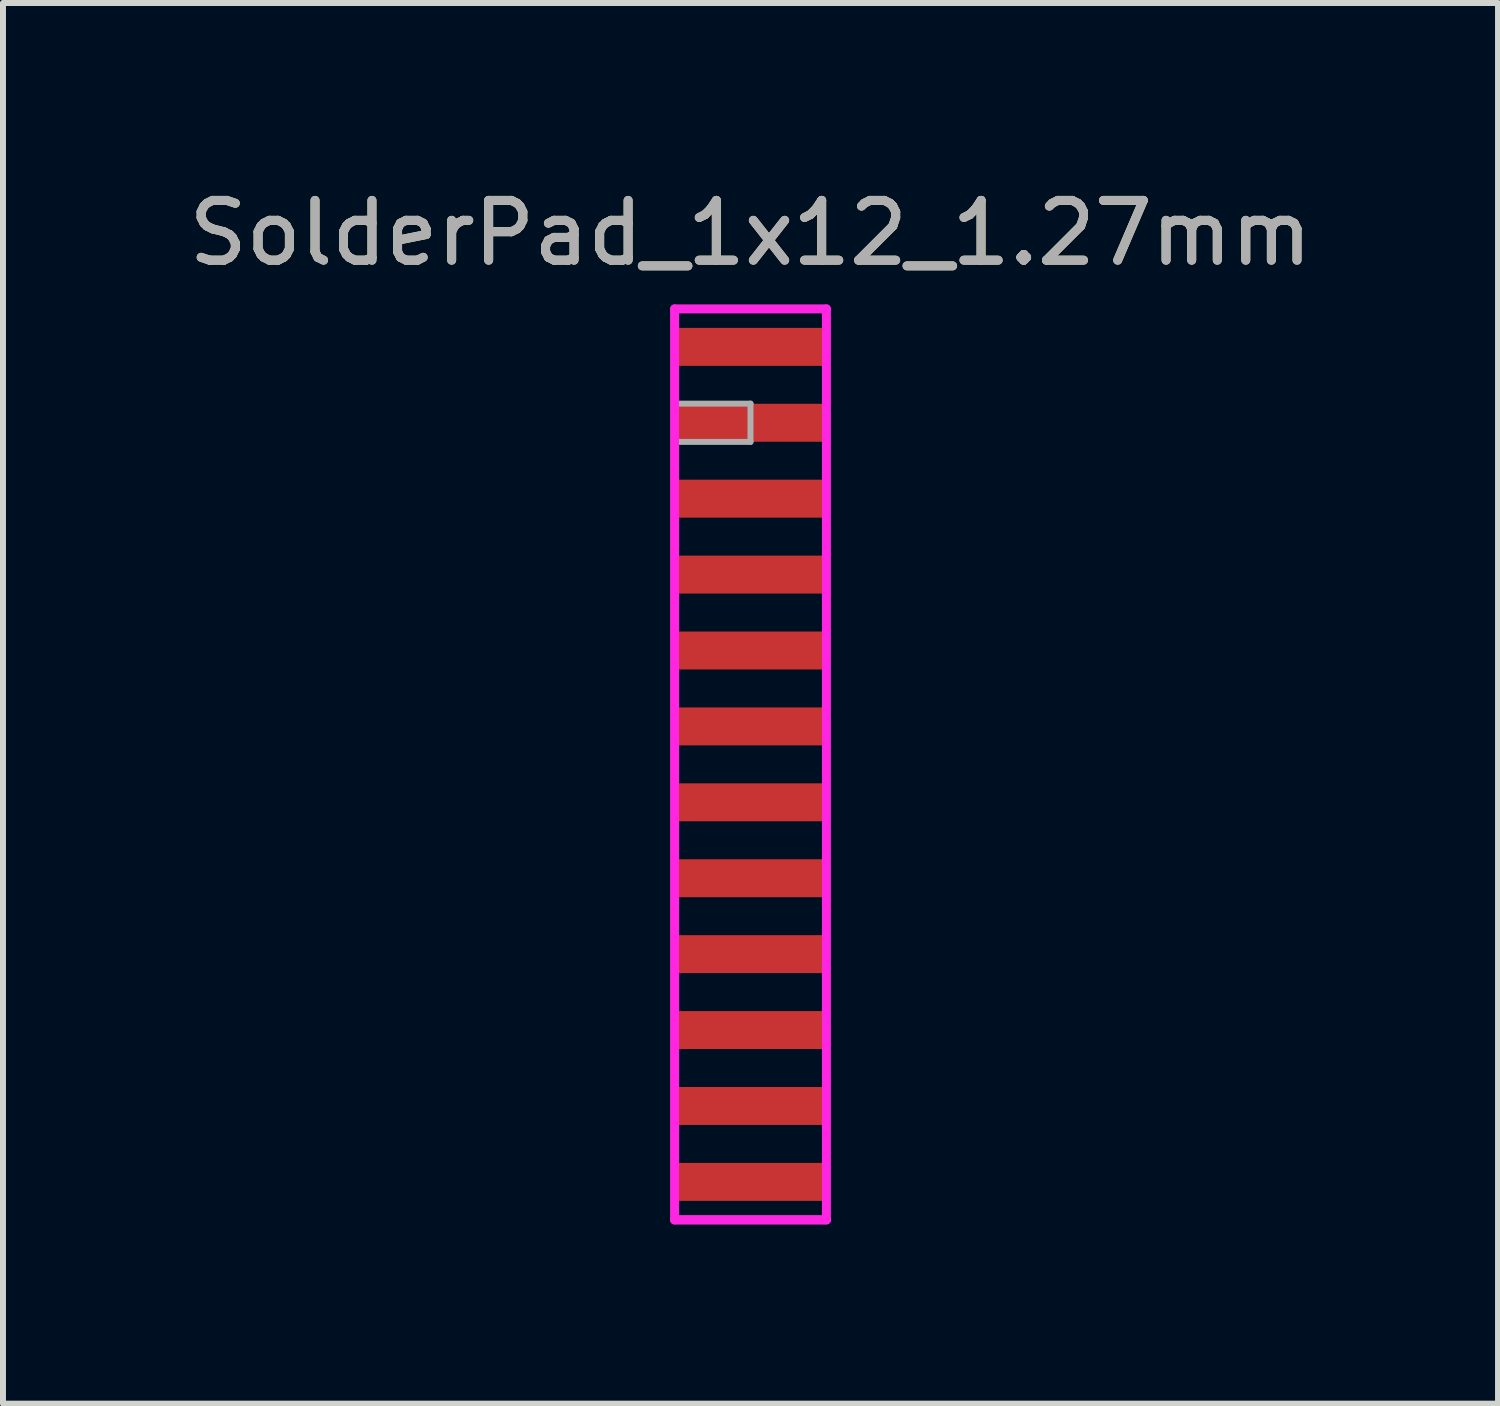
<source format=kicad_pcb>
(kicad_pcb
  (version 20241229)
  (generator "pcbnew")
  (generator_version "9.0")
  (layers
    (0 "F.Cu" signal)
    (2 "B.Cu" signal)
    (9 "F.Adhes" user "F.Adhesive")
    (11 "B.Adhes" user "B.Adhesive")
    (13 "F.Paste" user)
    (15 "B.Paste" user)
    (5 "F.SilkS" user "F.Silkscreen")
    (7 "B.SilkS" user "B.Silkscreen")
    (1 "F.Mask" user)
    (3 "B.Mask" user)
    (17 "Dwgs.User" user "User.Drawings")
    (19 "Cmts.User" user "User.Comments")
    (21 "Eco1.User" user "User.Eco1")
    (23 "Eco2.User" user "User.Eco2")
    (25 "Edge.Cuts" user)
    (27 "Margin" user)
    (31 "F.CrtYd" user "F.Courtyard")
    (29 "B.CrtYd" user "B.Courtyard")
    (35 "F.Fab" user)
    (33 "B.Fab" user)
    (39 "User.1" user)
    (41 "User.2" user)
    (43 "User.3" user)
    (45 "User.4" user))
  (footprint "SolderPad_1x12_1.27mm"
    (layer "F.Cu")
    (at 9.506 9.738)
    (property "Reference" "SolderPad_1x12_1.27mm" (at 0 -8.89 0) (layer "F.SilkS") (effects (font (size 1 1) (thickness 0.15))))
    (attr smd)
    (fp_line (start -1.27 -7.62) (end -1.27 7.62) (stroke (width 0.15) (type solid)) (layer "F.CrtYd"))
    (fp_line (start -1.27 7.62) (end 1.27 7.62) (stroke (width 0.15) (type solid)) (layer "F.CrtYd"))
    (fp_line (start -1.27 7.62) (end 1.27 7.62) (stroke (width 0.15) (type solid)) (layer "F.CrtYd"))
    (fp_line (start 1.27 -7.62) (end -1.27 -7.62) (stroke (width 0.15) (type solid)) (layer "F.CrtYd"))
    (fp_line (start 1.27 7.62) (end 1.27 -7.62) (stroke (width 0.15) (type solid)) (layer "F.CrtYd"))
    (fp_line (start -1.27 -6.035) (end 0 -6.035) (stroke (width 0.1) (type solid)) (layer "F.Fab"))
    (fp_line (start 0 -6.035) (end 0 -5.395) (stroke (width 0.1) (type solid)) (layer "F.Fab"))
    (fp_line (start 0 -5.395) (end -1.27 -5.395) (stroke (width 0.1) (type solid)) (layer "F.Fab"))
    (fp_text user "${REFERENCE}" (at 0 -8.89 180) (layer "F.Fab") (effects (font (size 1 1) (thickness 0.15))))
    (pad "1" smd rect (at 0 -6.985) (size 2.51 0.635) (layers "F.Cu" "F.Mask" "F.Paste"))
    (pad "2" smd rect (at 0 -5.715) (size 2.51 0.635) (layers "F.Cu" "F.Mask" "F.Paste"))
    (pad "3" smd rect (at 0 -4.445) (size 2.51 0.635) (layers "F.Cu" "F.Mask" "F.Paste"))
    (pad "4" smd rect (at 0 -3.175) (size 2.51 0.635) (layers "F.Cu" "F.Mask" "F.Paste"))
    (pad "5" smd rect (at 0 -1.905) (size 2.51 0.635) (layers "F.Cu" "F.Mask" "F.Paste"))
    (pad "6" smd rect (at 0 -0.635) (size 2.51 0.635) (layers "F.Cu" "F.Mask" "F.Paste"))
    (pad "7" smd rect (at 0 0.635) (size 2.51 0.635) (layers "F.Cu" "F.Mask" "F.Paste"))
    (pad "8" smd rect (at 0 1.905) (size 2.51 0.635) (layers "F.Cu" "F.Mask" "F.Paste"))
    (pad "9" smd rect (at 0 3.175) (size 2.51 0.635) (layers "F.Cu" "F.Mask" "F.Paste"))
    (pad "10" smd rect (at 0 4.445) (size 2.51 0.635) (layers "F.Cu" "F.Mask" "F.Paste"))
    (pad "11" smd rect (at 0 5.715) (size 2.51 0.635) (layers "F.Cu" "F.Mask" "F.Paste"))
    (pad "12" smd rect (at 0 6.985) (size 2.51 0.635) (layers "F.Cu" "F.Mask" "F.Paste")))
  (gr_rect
    (start -3 -3)
    (end 22.012 20.433)
    (stroke (width 0.1) (type default))
    (fill no)
    (layer "Edge.Cuts")))
</source>
